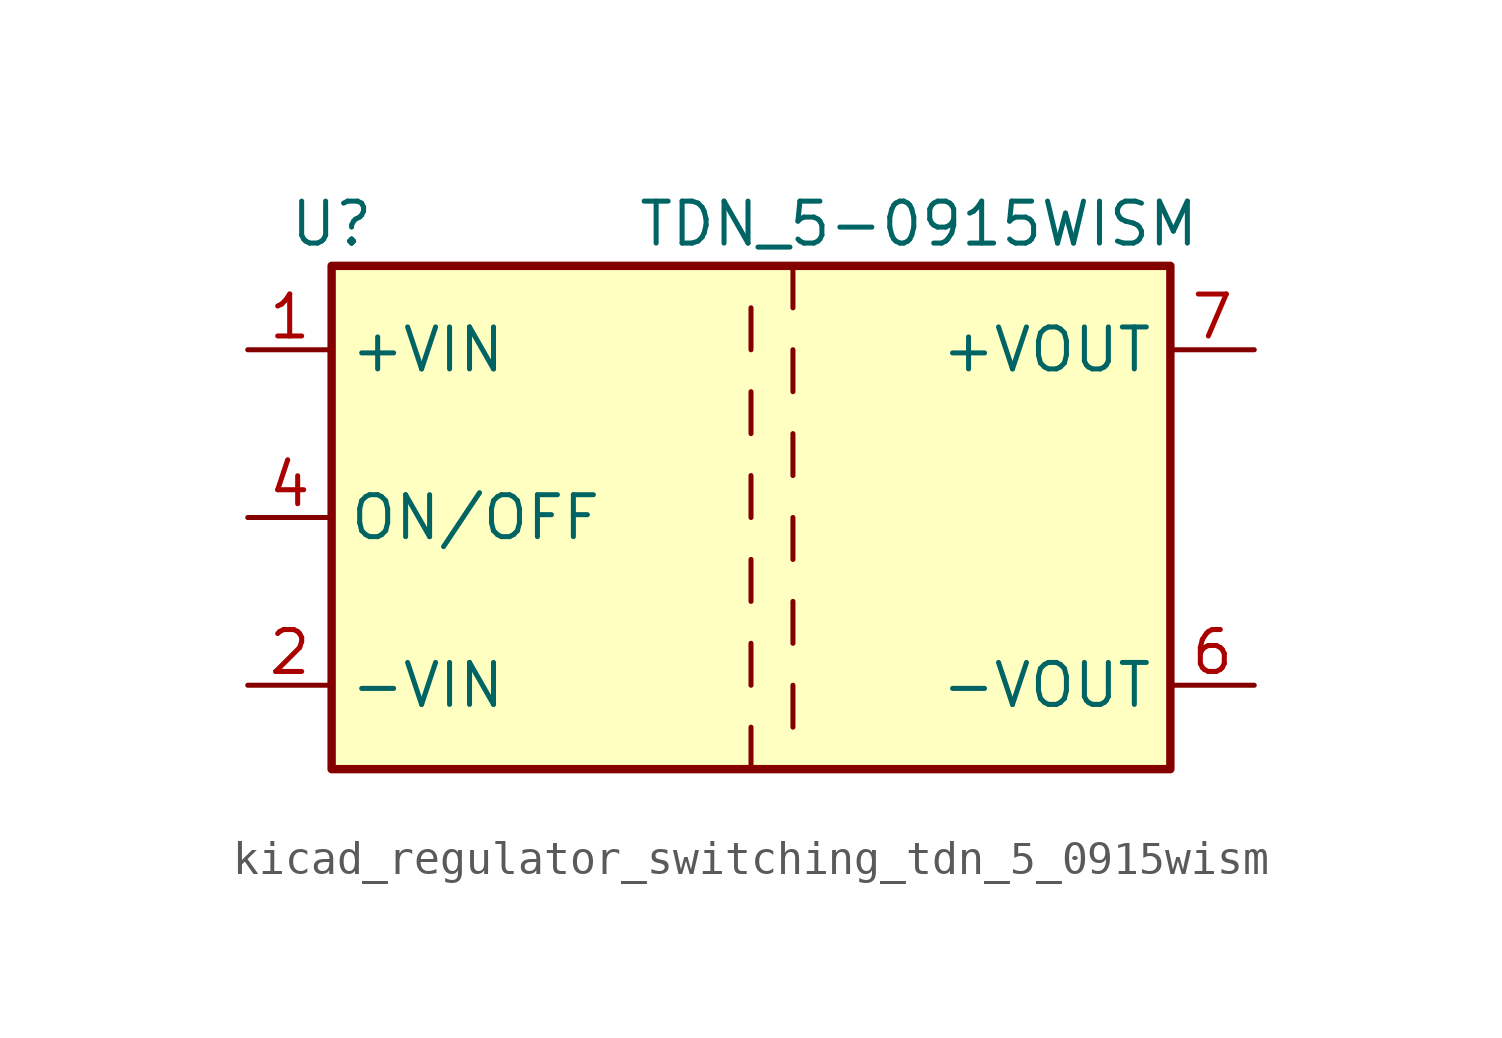
<source format=kicad_sym>
(kicad_symbol_lib
  (version 20220914)
  (generator kicad_symbol_editor)
  (symbol "kicad_regulator_switching_tdn_5_0915wism"
    (property "Reference" "U"
      (at -12.7 8.89 0)
      (effects (font (size 1.27 1.27))))
    (property "Value" "TDN_5-0915WISM"
      (at 5.08 8.89 0)
      (effects (font (size 1.27 1.27))))
    (symbol "kicad_regulator_switching_tdn_5_0915wism_0_1"
      (rectangle (start -12.7 7.62) (end 12.7 -7.62) (stroke (width 0.254) (type default)) (fill (type background))))
    (symbol "kicad_regulator_switching_tdn_5_0915wism_1_1"
      (polyline (pts (xy 0 -6.35) (xy 0 -7.62)) (stroke (width 0) (type default)) (fill (type none)))
      (polyline (pts (xy 0 -3.81) (xy 0 -5.08)) (stroke (width 0) (type default)) (fill (type none)))
      (polyline (pts (xy 0 -1.27) (xy 0 -2.54)) (stroke (width 0) (type default)) (fill (type none)))
      (polyline (pts (xy 0 1.27) (xy 0 0)) (stroke (width 0) (type default)) (fill (type none)))
      (polyline (pts (xy 0 3.81) (xy 0 2.54)) (stroke (width 0) (type default)) (fill (type none)))
      (polyline (pts (xy 0 6.35) (xy 0 5.08)) (stroke (width 0) (type default)) (fill (type none)))
      (polyline (pts (xy 1.27 -5.08) (xy 1.27 -6.35)) (stroke (width 0) (type default)) (fill (type none)))
      (polyline (pts (xy 1.27 -2.54) (xy 1.27 -3.81)) (stroke (width 0) (type default)) (fill (type none)))
      (polyline (pts (xy 1.27 0) (xy 1.27 -1.27)) (stroke (width 0) (type default)) (fill (type none)))
      (polyline (pts (xy 1.27 2.54) (xy 1.27 1.27)) (stroke (width 0) (type default)) (fill (type none)))
      (polyline (pts (xy 1.27 5.08) (xy 1.27 3.81)) (stroke (width 0) (type default)) (fill (type none)))
      (polyline (pts (xy 1.27 7.62) (xy 1.27 6.35)) (stroke (width 0) (type default)) (fill (type none)))
      (pin power_in line (at -15.24 5.08 0) (length 2.54) (name "+VIN" (effects (font (size 1.27 1.27)))) (number "1" (effects (font (size 1.27 1.27)))))
      (pin power_in line (at -15.24 -5.08 0) (length 2.54) (name "-VIN" (effects (font (size 1.27 1.27)))) (number "2" (effects (font (size 1.27 1.27)))))
      (pin input line (at -15.24 0 0) (length 2.54) (name "ON/OFF" (effects (font (size 1.27 1.27)))) (number "4" (effects (font (size 1.27 1.27)))))
      (pin no_connect line (at 12.7 2.54 180) (length 2.54) hide (name "NC" (effects (font (size 1.27 1.27)))) (number "5" (effects (font (size 1.27 1.27)))))
      (pin power_out line (at 15.24 -5.08 180) (length 2.54) (name "-VOUT" (effects (font (size 1.27 1.27)))) (number "6" (effects (font (size 1.27 1.27)))))
      (pin power_out line (at 15.24 5.08 180) (length 2.54) (name "+VOUT" (effects (font (size 1.27 1.27)))) (number "7" (effects (font (size 1.27 1.27))))))))
</source>
